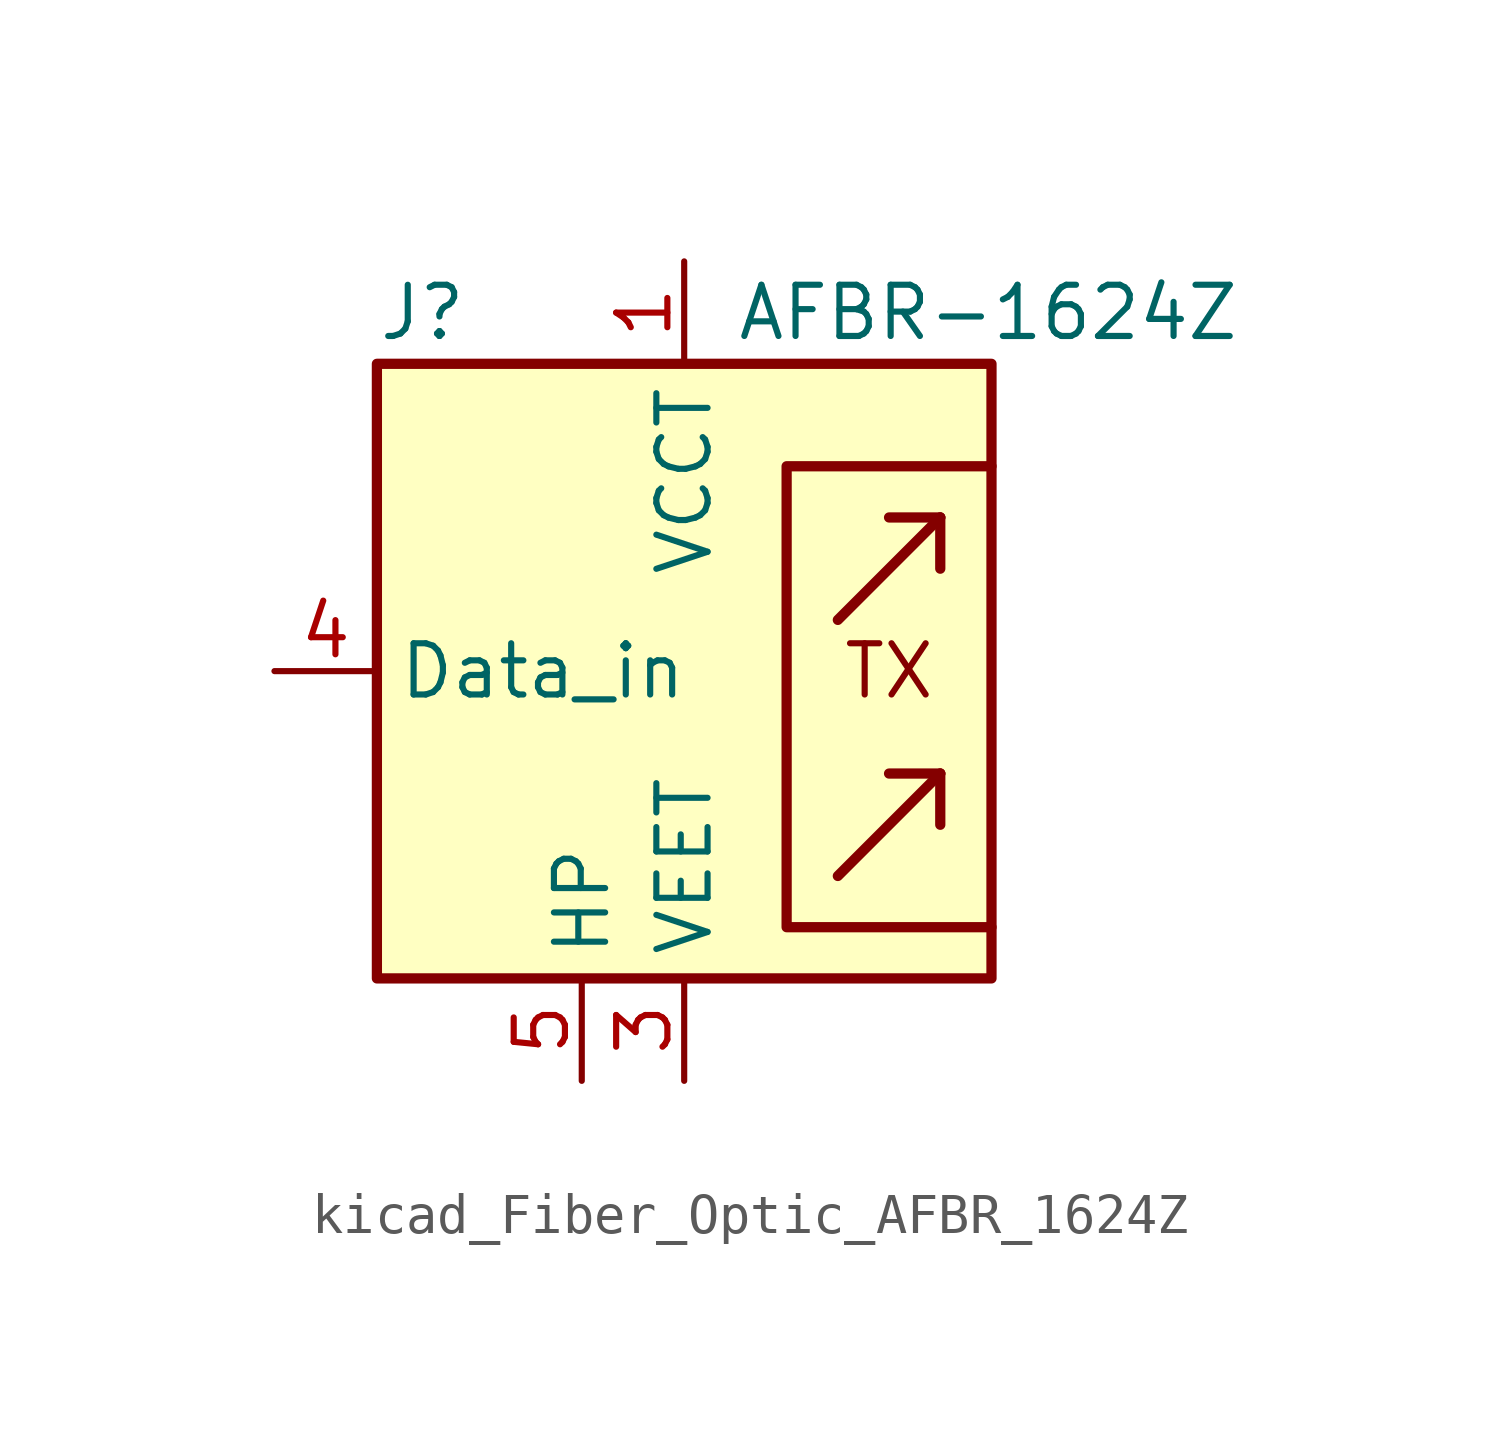
<source format=kicad_sym>
(kicad_symbol_lib
  (version 20220914)
  (generator kicad_symbol_editor)
  (symbol "kicad_Fiber_Optic_AFBR_1624Z"
    (property "Reference" "J"
      (at -7.62 8.89 0)
      (effects (font (size 1.27 1.27)) (justify left)))
    (property "Value" "AFBR-1624Z"
      (at 1.27 8.89 0)
      (effects (font (size 1.27 1.27)) (justify left)))
    (symbol "kicad_Fiber_Optic_AFBR_1624Z_0_0"
      (text "TX" (at 5.08 0 0) (effects (font (size 1.27 1.27)))))
    (symbol "kicad_Fiber_Optic_AFBR_1624Z_0_1"
      (rectangle (start -7.62 7.62) (end 7.62 -7.62) (stroke (width 0.254) (type default)) (fill (type background)))
      (polyline (pts (xy 6.35 -2.54) (xy 3.81 -5.08)) (stroke (width 0.254) (type default)) (fill (type none)))
      (polyline (pts (xy 6.35 -2.54) (xy 5.08 -2.54)) (stroke (width 0.254) (type default)) (fill (type none)))
      (polyline (pts (xy 6.35 -2.54) (xy 6.35 -3.81)) (stroke (width 0.254) (type default)) (fill (type none)))
      (polyline (pts (xy 6.35 3.81) (xy 3.81 1.27)) (stroke (width 0.254) (type default)) (fill (type none)))
      (polyline (pts (xy 6.35 3.81) (xy 5.08 3.81)) (stroke (width 0.254) (type default)) (fill (type none)))
      (polyline (pts (xy 6.35 3.81) (xy 6.35 2.54)) (stroke (width 0.254) (type default)) (fill (type none)))
      (polyline (pts (xy 7.62 5.08) (xy 2.54 5.08) (xy 2.54 -1.27) (xy 2.54 -6.35) (xy 7.62 -6.35)) (stroke (width 0.254) (type default)) (fill (type none))))
    (symbol "kicad_Fiber_Optic_AFBR_1624Z_1_1"
      (pin power_in line (at 0 10.16 270) (length 2.54) (name "VCCT" (effects (font (size 1.27 1.27)))) (number "1" (effects (font (size 1.27 1.27)))))
      (pin no_connect line (at -7.62 5.08 0) (length 2.54) hide (name "NC" (effects (font (size 1.27 1.27)))) (number "2" (effects (font (size 1.27 1.27)))))
      (pin power_in line (at 0 -10.16 90) (length 2.54) (name "VEET" (effects (font (size 1.27 1.27)))) (number "3" (effects (font (size 1.27 1.27)))))
      (pin input line (at -10.16 0 0) (length 2.54) (name "Data_in" (effects (font (size 1.27 1.27)))) (number "4" (effects (font (size 1.27 1.27)))))
      (pin passive line (at -2.54 -10.16 90) (length 2.54) (name "HP" (effects (font (size 1.27 1.27)))) (number "5" (effects (font (size 1.27 1.27)))))
      (pin passive line (at -2.54 -10.16 90) (length 2.54) hide (name "HP" (effects (font (size 1.27 1.27)))) (number "8" (effects (font (size 1.27 1.27))))))))
</source>
